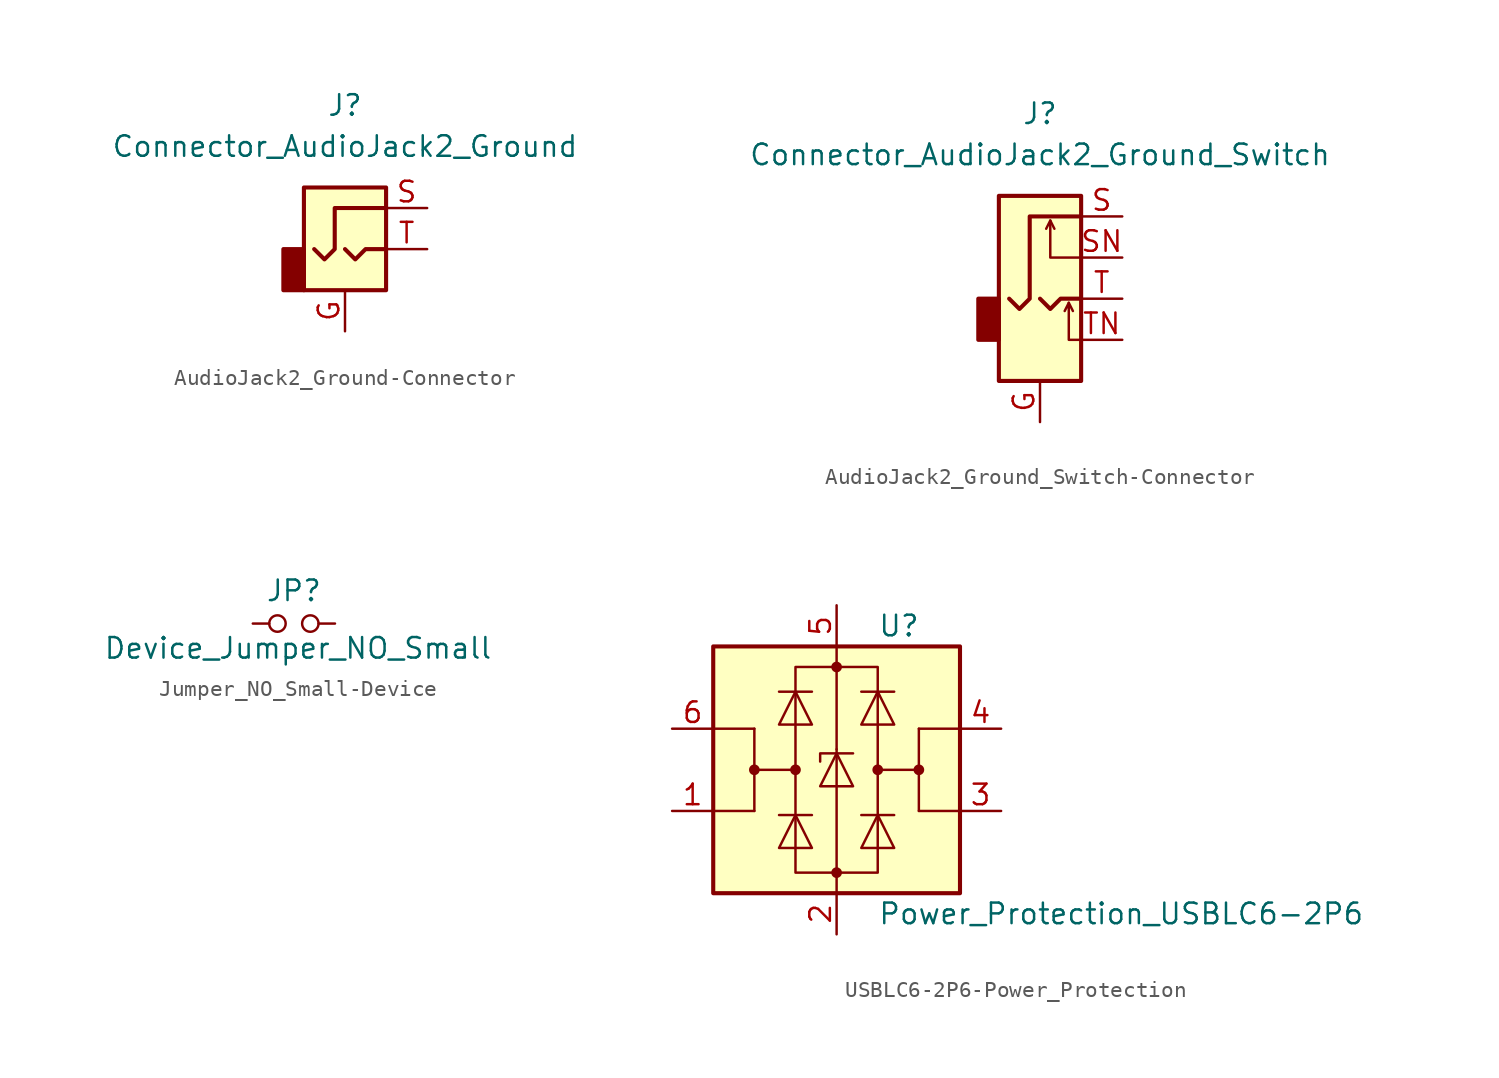
<source format=kicad_sym>
(kicad_symbol_lib
  (version 20241209)
  (generator "kicad_symbol_editor")
  (generator_version "9.0")
  (symbol "AudioJack2_Ground-Connector"
    (property "Reference" "J"
      (at 0 8.89 0)
      (effects (font (size 1.27 1.27))))
    (property "Value" "Connector_AudioJack2_Ground"
      (at 0 6.35 0)
      (effects (font (size 1.27 1.27))))
    (symbol "AudioJack2_Ground-Connector_0_1"
      (rectangle (start -2.54 -2.54) (end -3.81 0) (stroke (width 0.254) (type solid)) (fill (type outline)))
      (polyline (pts (xy 0 0) (xy 0.635 -0.635) (xy 1.27 0) (xy 2.54 0)) (stroke (width 0.254) (type solid)) (fill (type none)))
      (rectangle (start 2.54 3.81) (end -2.54 -2.54) (stroke (width 0.254) (type solid)) (fill (type background)))
      (polyline (pts (xy 2.54 2.54) (xy -0.635 2.54) (xy -0.635 0) (xy -1.27 -0.635) (xy -1.905 0)) (stroke (width 0.254) (type solid)) (fill (type none))))
    (symbol "AudioJack2_Ground-Connector_1_1"
      (pin passive line (at 0 -5.08 90) (length 2.54) (name "~" (effects (font (size 1.27 1.27)))) (number "G" (effects (font (size 1.27 1.27)))))
      (pin passive line (at 5.08 2.54 180) (length 2.54) (name "~" (effects (font (size 1.27 1.27)))) (number "S" (effects (font (size 1.27 1.27)))))
      (pin passive line (at 5.08 0 180) (length 2.54) (name "~" (effects (font (size 1.27 1.27)))) (number "T" (effects (font (size 1.27 1.27)))))))
  (symbol "AudioJack2_Ground_Switch-Connector"
    (property "Reference" "J"
      (at 0 11.43 0)
      (effects (font (size 1.27 1.27))))
    (property "Value" "Connector_AudioJack2_Ground_Switch"
      (at 0 8.89 0)
      (effects (font (size 1.27 1.27))))
    (symbol "AudioJack2_Ground_Switch-Connector_0_1"
      (rectangle (start -2.54 -2.54) (end -3.81 0) (stroke (width 0.254) (type solid)) (fill (type outline)))
      (rectangle (start 2.54 6.35) (end -2.54 -5.08) (stroke (width 0.254) (type solid)) (fill (type background))))
    (symbol "AudioJack2_Ground_Switch-Connector_1_1"
      (polyline (pts (xy 0 0) (xy 0.635 -0.635) (xy 1.27 0) (xy 2.54 0)) (stroke (width 0.254) (type solid)) (fill (type none)))
      (polyline (pts (xy 0.635 4.826) (xy 0.889 4.318)) (stroke (width 0) (type solid)) (fill (type none)))
      (polyline (pts (xy 1.778 -0.254) (xy 2.032 -0.762)) (stroke (width 0) (type solid)) (fill (type none)))
      (polyline (pts (xy 2.54 5.08) (xy -0.635 5.08) (xy -0.635 0) (xy -1.27 -0.635) (xy -1.905 0)) (stroke (width 0.254) (type solid)) (fill (type none)))
      (polyline (pts (xy 2.54 2.54) (xy 0.635 2.54) (xy 0.635 4.826) (xy 0.381 4.318)) (stroke (width 0) (type solid)) (fill (type none)))
      (polyline (pts (xy 2.54 -2.54) (xy 1.778 -2.54) (xy 1.778 -0.254) (xy 1.524 -0.762)) (stroke (width 0) (type solid)) (fill (type none)))
      (pin passive line (at 0 -7.62 90) (length 2.54) (name "~" (effects (font (size 1.27 1.27)))) (number "G" (effects (font (size 1.27 1.27)))))
      (pin passive line (at 5.08 5.08 180) (length 2.54) (name "~" (effects (font (size 1.27 1.27)))) (number "S" (effects (font (size 1.27 1.27)))))
      (pin passive line (at 5.08 2.54 180) (length 2.54) (name "~" (effects (font (size 1.27 1.27)))) (number "SN" (effects (font (size 1.27 1.27)))))
      (pin passive line (at 5.08 0 180) (length 2.54) (name "~" (effects (font (size 1.27 1.27)))) (number "T" (effects (font (size 1.27 1.27)))))
      (pin passive line (at 5.08 -2.54 180) (length 2.54) (name "~" (effects (font (size 1.27 1.27)))) (number "TN" (effects (font (size 1.27 1.27)))))))
  (symbol "Jumper_NO_Small-Device"
    (pin_numbers
      (hide yes))
    (pin_names
      (offset 0.762)
      (hide yes))
    (property "Reference" "JP"
      (at 0 2.032 0)
      (effects (font (size 1.27 1.27))))
    (property "Value" "Device_Jumper_NO_Small"
      (at 0.254 -1.524 0)
      (effects (font (size 1.27 1.27))))
    (symbol "Jumper_NO_Small-Device_0_1"
      (circle (center -1.016 0) (radius 0.508) (stroke (width 0) (type solid)) (fill (type none)))
      (circle (center 1.016 0) (radius 0.508) (stroke (width 0) (type solid)) (fill (type none)))
      (pin passive line (at -2.54 0 0) (length 1.016) (name "1" (effects (font (size 1.27 1.27)))) (number "1" (effects (font (size 1.27 1.27)))))
      (pin passive line (at 2.54 0 180) (length 1.016) (name "2" (effects (font (size 1.27 1.27)))) (number "2" (effects (font (size 1.27 1.27)))))))
  (symbol "USBLC6-2P6-Power_Protection"
    (pin_names
      (hide yes))
    (property "Reference" "U"
      (at 2.54 8.89 0)
      (effects (font (size 1.27 1.27)) (justify left)))
    (property "Value" "Power_Protection_USBLC6-2P6"
      (at 2.54 -8.89 0)
      (effects (font (size 1.27 1.27)) (justify left)))
    (symbol "USBLC6-2P6-Power_Protection_0_1"
      (rectangle (start -7.62 -7.62) (end 7.62 7.62) (stroke (width 0.254) (type solid)) (fill (type background)))
      (polyline (pts (xy -5.08 2.54) (xy -7.62 2.54)) (stroke (width 0) (type solid)) (fill (type none)))
      (circle (center -5.08 0) (radius 0.254) (stroke (width 0) (type solid)) (fill (type outline)))
      (polyline (pts (xy -5.08 0) (xy -5.08 -2.54)) (stroke (width 0) (type solid)) (fill (type none)))
      (polyline (pts (xy -5.08 -2.54) (xy -7.62 -2.54)) (stroke (width 0) (type solid)) (fill (type none)))
      (polyline (pts (xy -3.556 2.794) (xy -1.524 2.794) (xy -2.54 4.826) (xy -3.556 2.794)) (stroke (width 0) (type solid)) (fill (type none)))
      (polyline (pts (xy -3.556 -4.826) (xy -1.524 -4.826) (xy -2.54 -2.794) (xy -3.556 -4.826)) (stroke (width 0) (type solid)) (fill (type none)))
      (rectangle (start -2.54 6.35) (end 2.54 -6.35) (stroke (width 0) (type solid)) (fill (type none)))
      (circle (center -2.54 0) (radius 0.254) (stroke (width 0) (type solid)) (fill (type outline)))
      (polyline (pts (xy -2.54 0) (xy -5.08 0) (xy -5.08 2.54)) (stroke (width 0) (type solid)) (fill (type none)))
      (polyline (pts (xy -1.524 4.826) (xy -3.556 4.826)) (stroke (width 0) (type solid)) (fill (type none)))
      (polyline (pts (xy -1.524 -2.794) (xy -3.556 -2.794)) (stroke (width 0) (type solid)) (fill (type none)))
      (polyline (pts (xy -1.016 -1.016) (xy 1.016 -1.016) (xy 0 1.016) (xy -1.016 -1.016)) (stroke (width 0) (type solid)) (fill (type none)))
      (circle (center 0 6.35) (radius 0.254) (stroke (width 0) (type solid)) (fill (type outline)))
      (polyline (pts (xy 0 6.35) (xy 0 7.62)) (stroke (width 0) (type solid)) (fill (type none)))
      (polyline (pts (xy 0 1.27) (xy 0 6.35)) (stroke (width 0) (type solid)) (fill (type none)))
      (polyline (pts (xy 0 -6.35) (xy 0 1.27)) (stroke (width 0) (type solid)) (fill (type none)))
      (circle (center 0 -6.35) (radius 0.254) (stroke (width 0) (type solid)) (fill (type outline)))
      (polyline (pts (xy 0 -7.62) (xy 0 -6.35)) (stroke (width 0) (type solid)) (fill (type none)))
      (polyline (pts (xy 1.016 1.016) (xy 0.762 1.016) (xy -1.016 1.016) (xy -1.016 0.508)) (stroke (width 0) (type solid)) (fill (type none)))
      (polyline (pts (xy 1.524 4.826) (xy 3.556 4.826)) (stroke (width 0) (type solid)) (fill (type none)))
      (polyline (pts (xy 1.524 -2.794) (xy 3.556 -2.794)) (stroke (width 0) (type solid)) (fill (type none)))
      (polyline (pts (xy 2.54 0) (xy 5.08 0) (xy 5.08 2.54)) (stroke (width 0) (type solid)) (fill (type none)))
      (circle (center 2.54 0) (radius 0.254) (stroke (width 0) (type solid)) (fill (type outline)))
      (polyline (pts (xy 3.556 2.794) (xy 1.524 2.794) (xy 2.54 4.826) (xy 3.556 2.794)) (stroke (width 0) (type solid)) (fill (type none)))
      (polyline (pts (xy 3.556 -4.826) (xy 1.524 -4.826) (xy 2.54 -2.794) (xy 3.556 -4.826)) (stroke (width 0) (type solid)) (fill (type none)))
      (polyline (pts (xy 5.08 2.54) (xy 7.62 2.54)) (stroke (width 0) (type solid)) (fill (type none)))
      (polyline (pts (xy 5.08 0) (xy 5.08 -2.54)) (stroke (width 0) (type solid)) (fill (type none)))
      (circle (center 5.08 0) (radius 0.254) (stroke (width 0) (type solid)) (fill (type outline)))
      (polyline (pts (xy 5.08 -2.54) (xy 7.62 -2.54)) (stroke (width 0) (type solid)) (fill (type none))))
    (symbol "USBLC6-2P6-Power_Protection_1_1"
      (pin passive line (at -10.16 2.54 0) (length 2.54) (name "I/O1" (effects (font (size 1.27 1.27)))) (number "6" (effects (font (size 1.27 1.27)))))
      (pin passive line (at -10.16 -2.54 0) (length 2.54) (name "I/O1" (effects (font (size 1.27 1.27)))) (number "1" (effects (font (size 1.27 1.27)))))
      (pin passive line (at 0 10.16 270) (length 2.54) (name "VBUS" (effects (font (size 1.27 1.27)))) (number "5" (effects (font (size 1.27 1.27)))))
      (pin passive line (at 0 -10.16 90) (length 2.54) (name "GND" (effects (font (size 1.27 1.27)))) (number "2" (effects (font (size 1.27 1.27)))))
      (pin passive line (at 10.16 2.54 180) (length 2.54) (name "I/O2" (effects (font (size 1.27 1.27)))) (number "4" (effects (font (size 1.27 1.27)))))
      (pin passive line (at 10.16 -2.54 180) (length 2.54) (name "I/O2" (effects (font (size 1.27 1.27)))) (number "3" (effects (font (size 1.27 1.27))))))))
</source>
